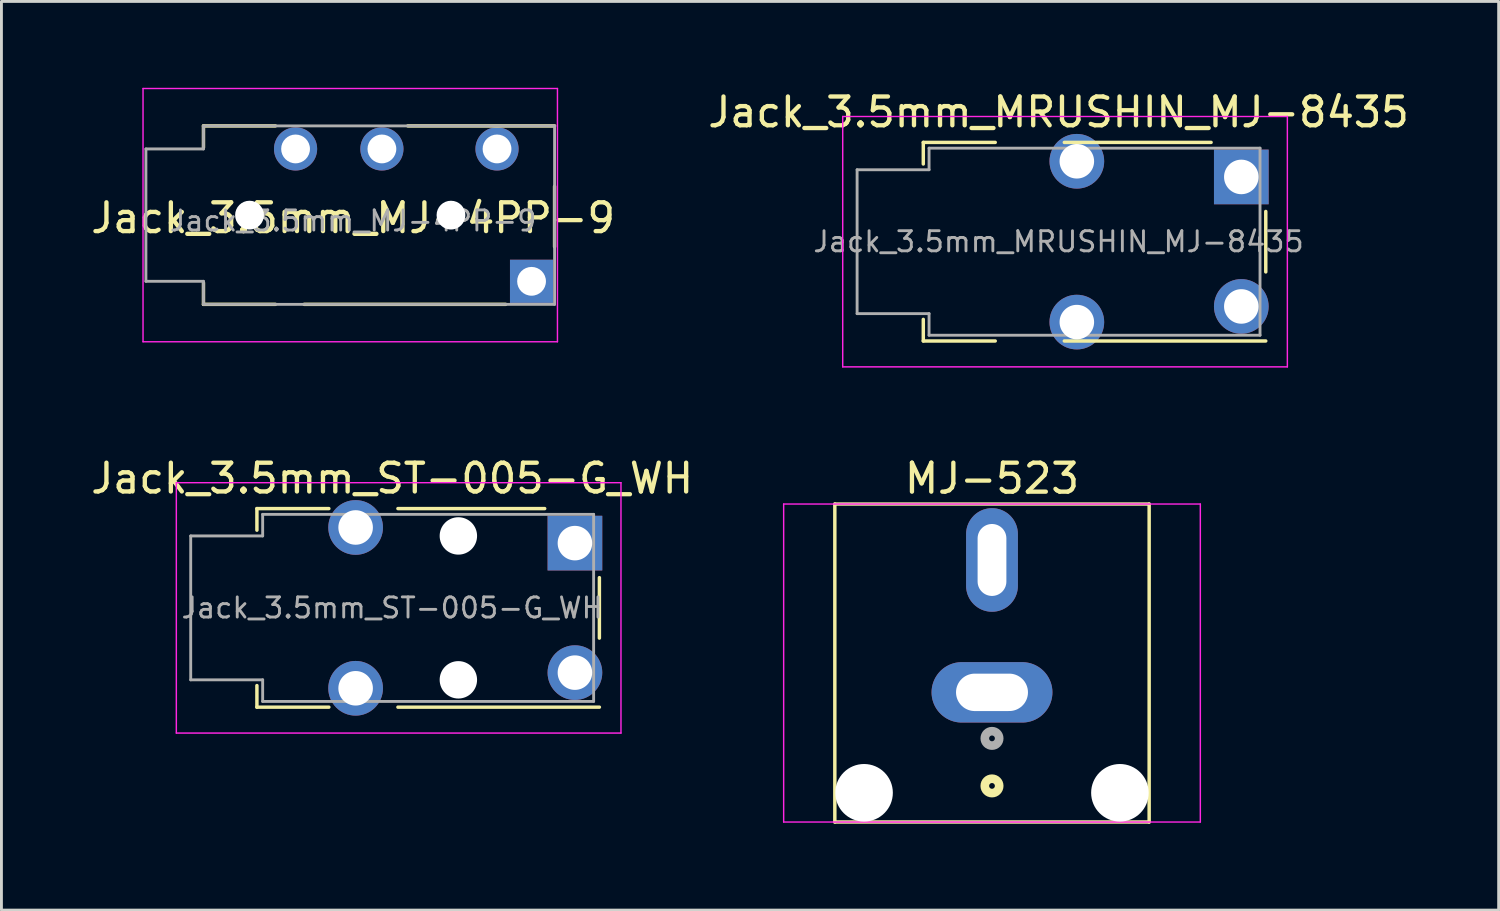
<source format=kicad_pcb>
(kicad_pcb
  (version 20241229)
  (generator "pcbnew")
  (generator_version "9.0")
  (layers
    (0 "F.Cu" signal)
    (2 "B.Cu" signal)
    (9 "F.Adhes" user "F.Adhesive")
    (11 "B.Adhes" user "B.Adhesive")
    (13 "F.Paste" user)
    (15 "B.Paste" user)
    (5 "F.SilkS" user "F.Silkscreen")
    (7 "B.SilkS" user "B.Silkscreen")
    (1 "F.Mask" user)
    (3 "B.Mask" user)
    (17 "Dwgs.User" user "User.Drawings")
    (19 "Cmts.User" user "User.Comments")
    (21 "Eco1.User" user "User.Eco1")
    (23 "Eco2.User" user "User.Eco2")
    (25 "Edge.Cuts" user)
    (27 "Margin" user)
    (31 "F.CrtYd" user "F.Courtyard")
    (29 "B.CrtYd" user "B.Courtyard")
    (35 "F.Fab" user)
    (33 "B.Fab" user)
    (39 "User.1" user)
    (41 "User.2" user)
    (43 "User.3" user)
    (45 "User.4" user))
  (footprint "MJ-523"
    (layer "F.Cu")
    (at 31.419 15.607)
    (property "Reference" "MJ-523" (at 0 -2.032 0) (layer "F.SilkS") (effects (font (size 1.007 1.007) (thickness 0.15))))
    (attr through_hole)
    (fp_line (start -5.461 -1.143) (end -5.461 9.906) (stroke (width 0.12) (type solid)) (layer "F.SilkS"))
    (fp_line (start -5.461 9.906) (end 5.461 9.906) (stroke (width 0.12) (type solid)) (layer "F.SilkS"))
    (fp_line (start 5.461 -1.143) (end -5.461 -1.143) (stroke (width 0.12) (type solid)) (layer "F.SilkS"))
    (fp_line (start 5.461 9.906) (end 5.461 -1.143) (stroke (width 0.12) (type solid)) (layer "F.SilkS"))
    (fp_circle (center 0 8.651) (end 0.1 8.651) (stroke (width 0.3) (type solid)) (fill no) (layer "F.SilkS"))
    (fp_line (start -7.239 -1.143) (end 7.239 -1.143) (stroke (width 0.05) (type solid)) (layer "F.CrtYd"))
    (fp_line (start -7.239 9.906) (end -7.239 -1.143) (stroke (width 0.05) (type solid)) (layer "F.CrtYd"))
    (fp_line (start 7.239 9.906) (end -7.239 9.906) (stroke (width 0.05) (type solid)) (layer "F.CrtYd"))
    (fp_line (start 7.239 9.906) (end 7.239 -1.143) (stroke (width 0.05) (type solid)) (layer "F.CrtYd"))
    (fp_circle (center 0 7) (end 0.1 7) (stroke (width 0.3) (type solid)) (fill no) (layer "F.Fab"))
    (pad "" np_thru_hole circle (at -4.445 8.89) (size 2 2) (drill 2) (layers "*.Cu" "*.Mask"))
    (pad "" np_thru_hole circle (at 4.445 8.89) (size 2 2) (drill 2) (layers "*.Cu" "*.Mask"))
    (pad "1" thru_hole oval (at 0 0.8) (size 1.8 3.6) (drill oval 1 2.5) (layers "*.Cu" "*.Mask"))
    (pad "2" thru_hole oval (at 0 5.4) (size 4.2 2.1) (drill oval 2.5 1.3) (layers "*.Cu" "*.Mask")))
  (footprint "Jack_3.5mm_MJ-4PP-9"
    (layer "F.Cu")
    (at 9.22 4.425)
    (property "Reference" "Jack_3.5mm_MJ-4PP-9" (at 0 0.1 0) (layer "F.SilkS") (effects (font (size 1 1) (thickness 0.15))))
    (attr through_hole)
    (fp_line (start -5.2 -3.1) (end -2.7 -3.1) (stroke (width 0.12) (type solid)) (layer "F.SilkS"))
    (fp_line (start -5.2 -2.35) (end -5.2 -3.1) (stroke (width 0.12) (type solid)) (layer "F.SilkS"))
    (fp_line (start -5.2 3.1) (end -5.2 2.35) (stroke (width 0.12) (type solid)) (layer "F.SilkS"))
    (fp_line (start -2.7 3.1) (end -5.2 3.1) (stroke (width 0.12) (type solid)) (layer "F.SilkS"))
    (fp_line (start -1.7 3.1) (end 5.3 3.1) (stroke (width 0.12) (type solid)) (layer "F.SilkS"))
    (fp_line (start 1.9 -3.1) (end 7 -3.1) (stroke (width 0.12) (type solid)) (layer "F.SilkS"))
    (fp_line (start 7 -1) (end 7 1.1) (stroke (width 0.12) (type solid)) (layer "F.SilkS"))
    (fp_line (start -7.3 -4.4) (end -7.3 4.4) (stroke (width 0.05) (type solid)) (layer "F.CrtYd"))
    (fp_line (start 7.1 -4.4) (end -7.3 -4.4) (stroke (width 0.05) (type solid)) (layer "F.CrtYd"))
    (fp_line (start 7.1 -4.4) (end 7.1 4.4) (stroke (width 0.05) (type solid)) (layer "F.CrtYd"))
    (fp_line (start 7.1 4.4) (end -7.3 4.4) (stroke (width 0.05) (type solid)) (layer "F.CrtYd"))
    (fp_line (start -7.2 -2.3) (end -7.2 2.3) (stroke (width 0.1) (type solid)) (layer "F.Fab"))
    (fp_line (start -5.2 -2.3) (end -7.2 -2.3) (stroke (width 0.1) (type solid)) (layer "F.Fab"))
    (fp_line (start -5.2 -2.3) (end -5.2 -3.1) (stroke (width 0.1) (type solid)) (layer "F.Fab"))
    (fp_line (start -5.2 2.3) (end -7.2 2.3) (stroke (width 0.1) (type solid)) (layer "F.Fab"))
    (fp_line (start -5.2 3.1) (end -5.2 2.3) (stroke (width 0.1) (type solid)) (layer "F.Fab"))
    (fp_line (start 7 -3.1) (end -5.2 -3.1) (stroke (width 0.1) (type solid)) (layer "F.Fab"))
    (fp_line (start 7 -3.1) (end 7 3.1) (stroke (width 0.1) (type solid)) (layer "F.Fab"))
    (fp_line (start 7 3.1) (end -5.2 3.1) (stroke (width 0.1) (type solid)) (layer "F.Fab"))
    (fp_text user "${REFERENCE}" (at 0 0.2 0) (layer "F.Fab") (effects (font (size 0.7 0.7) (thickness 0.1))))
    (pad "" np_thru_hole circle (at -3.6 0) (size 1 1) (drill 1) (layers "*.Cu" "*.Mask"))
    (pad "" np_thru_hole circle (at 3.4 0) (size 1 1) (drill 1) (layers "*.Cu" "*.Mask"))
    (pad "R1" thru_hole circle (at 1 -2.3) (size 1.5 1.5) (drill 1) (layers "*.Cu" "*.Mask"))
    (pad "R2" thru_hole circle (at -2 -2.3) (size 1.5 1.5) (drill 1) (layers "*.Cu" "*.Mask"))
    (pad "S" thru_hole rect (at 6.2 2.3) (size 1.5 1.5) (drill 1) (layers "*.Cu" "*.Mask"))
    (pad "T" thru_hole circle (at 5 -2.3) (size 1.5 1.5) (drill 1) (layers "*.Cu" "*.Mask")))
  (footprint "Jack_3.5mm_ST-005-G_WH"
    (layer "F.Cu")
    (at 10.577 18.072)
    (property "Reference" "Jack_3.5mm_ST-005-G_WH" (at 0 -4.5 0) (layer "F.SilkS") (effects (font (size 1 1) (thickness 0.15))))
    (attr through_hole)
    (fp_line (start -4.7 -3.45) (end -2.2 -3.45) (stroke (width 0.12) (type solid)) (layer "F.SilkS"))
    (fp_line (start -4.7 -2.7) (end -4.7 -3.45) (stroke (width 0.12) (type solid)) (layer "F.SilkS"))
    (fp_line (start -4.7 3.45) (end -4.7 2.7) (stroke (width 0.12) (type solid)) (layer "F.SilkS"))
    (fp_line (start -2.2 3.45) (end -4.7 3.45) (stroke (width 0.12) (type solid)) (layer "F.SilkS"))
    (fp_line (start 0.2 -3.45) (end 5.3 -3.45) (stroke (width 0.12) (type solid)) (layer "F.SilkS"))
    (fp_line (start 0.2 3.45) (end 7.2 3.45) (stroke (width 0.12) (type solid)) (layer "F.SilkS"))
    (fp_line (start 7.2 -1.05) (end 7.2 1.05) (stroke (width 0.12) (type solid)) (layer "F.SilkS"))
    (fp_line (start -7.5 -4.35) (end -7.5 4.35) (stroke (width 0.05) (type solid)) (layer "F.CrtYd"))
    (fp_line (start -7.5 4.35) (end 7.95 4.35) (stroke (width 0.05) (type solid)) (layer "F.CrtYd"))
    (fp_line (start 7.95 -4.35) (end -7.5 -4.35) (stroke (width 0.05) (type solid)) (layer "F.CrtYd"))
    (fp_line (start 7.95 4.35) (end 7.95 -4.35) (stroke (width 0.05) (type solid)) (layer "F.CrtYd"))
    (fp_line (start -7 -2.5) (end -4.5 -2.5) (stroke (width 0.1) (type solid)) (layer "F.Fab"))
    (fp_line (start -7 2.5) (end -7 -2.5) (stroke (width 0.1) (type solid)) (layer "F.Fab"))
    (fp_line (start -4.5 -3.25) (end 7 -3.25) (stroke (width 0.1) (type solid)) (layer "F.Fab"))
    (fp_line (start -4.5 -2.5) (end -4.5 -3.25) (stroke (width 0.1) (type solid)) (layer "F.Fab"))
    (fp_line (start -4.5 2.5) (end -7 2.5) (stroke (width 0.1) (type solid)) (layer "F.Fab"))
    (fp_line (start -4.5 3.25) (end -4.5 2.5) (stroke (width 0.1) (type solid)) (layer "F.Fab"))
    (fp_line (start 7 -3.25) (end 7 3.25) (stroke (width 0.1) (type solid)) (layer "F.Fab"))
    (fp_line (start 7 3.25) (end -4.5 3.25) (stroke (width 0.1) (type solid)) (layer "F.Fab"))
    (fp_text user "${REFERENCE}" (at 0 0 0) (layer "F.Fab") (effects (font (size 0.7 0.7) (thickness 0.1))))
    (pad "" np_thru_hole circle (at 2.3 -2.5) (size 1.3 1.3) (drill 1.3) (layers "*.Cu" "*.Mask"))
    (pad "" np_thru_hole circle (at 2.3 2.5) (size 1.3 1.3) (drill 1.3) (layers "*.Cu" "*.Mask"))
    (pad "R" thru_hole rect (at 6.35 -2.25) (size 1.9 1.9) (drill 1.2) (layers "*.Cu" "*.Mask"))
    (pad "S" thru_hole circle (at 6.35 2.25) (size 1.9 1.9) (drill 1.2) (layers "*.Cu" "*.Mask"))
    (pad "T" thru_hole circle (at -1.27 -2.794) (size 1.9 1.9) (drill 1.2) (layers "*.Cu" "*.Mask"))
    (pad "T" thru_hole circle (at -1.27 2.794) (size 1.9 1.9) (drill 1.2) (layers "*.Cu" "*.Mask")))
  (footprint "Jack_3.5mm_MRUSHIN_MJ-8435"
    (layer "F.Cu")
    (at 33.732 5.348)
    (property "Reference" "Jack_3.5mm_MRUSHIN_MJ-8435" (at 0 -4.5 0) (layer "F.SilkS") (effects (font (size 1 1) (thickness 0.15))))
    (attr through_hole)
    (fp_line (start -4.7 -3.45) (end -2.2 -3.45) (stroke (width 0.12) (type solid)) (layer "F.SilkS"))
    (fp_line (start -4.7 -2.7) (end -4.7 -3.45) (stroke (width 0.12) (type solid)) (layer "F.SilkS"))
    (fp_line (start -4.7 3.45) (end -4.7 2.7) (stroke (width 0.12) (type solid)) (layer "F.SilkS"))
    (fp_line (start -2.2 3.45) (end -4.7 3.45) (stroke (width 0.12) (type solid)) (layer "F.SilkS"))
    (fp_line (start 0.2 -3.45) (end 5.3 -3.45) (stroke (width 0.12) (type solid)) (layer "F.SilkS"))
    (fp_line (start 0.2 3.45) (end 7.2 3.45) (stroke (width 0.12) (type solid)) (layer "F.SilkS"))
    (fp_line (start 7.2 -1.05) (end 7.2 1.05) (stroke (width 0.12) (type solid)) (layer "F.SilkS"))
    (fp_line (start -7.5 -4.35) (end -7.5 4.35) (stroke (width 0.05) (type solid)) (layer "F.CrtYd"))
    (fp_line (start -7.5 4.35) (end 7.95 4.35) (stroke (width 0.05) (type solid)) (layer "F.CrtYd"))
    (fp_line (start 7.95 -4.35) (end -7.5 -4.35) (stroke (width 0.05) (type solid)) (layer "F.CrtYd"))
    (fp_line (start 7.95 4.35) (end 7.95 -4.35) (stroke (width 0.05) (type solid)) (layer "F.CrtYd"))
    (fp_line (start -7 -2.5) (end -4.5 -2.5) (stroke (width 0.1) (type solid)) (layer "F.Fab"))
    (fp_line (start -7 2.5) (end -7 -2.5) (stroke (width 0.1) (type solid)) (layer "F.Fab"))
    (fp_line (start -4.5 -3.25) (end 7 -3.25) (stroke (width 0.1) (type solid)) (layer "F.Fab"))
    (fp_line (start -4.5 -2.5) (end -4.5 -3.25) (stroke (width 0.1) (type solid)) (layer "F.Fab"))
    (fp_line (start -4.5 2.5) (end -7 2.5) (stroke (width 0.1) (type solid)) (layer "F.Fab"))
    (fp_line (start -4.5 3.25) (end -4.5 2.5) (stroke (width 0.1) (type solid)) (layer "F.Fab"))
    (fp_line (start 7 -3.25) (end 7 3.25) (stroke (width 0.1) (type solid)) (layer "F.Fab"))
    (fp_line (start 7 3.25) (end -4.5 3.25) (stroke (width 0.1) (type solid)) (layer "F.Fab"))
    (fp_text user "${REFERENCE}" (at 0 0 0) (layer "F.Fab") (effects (font (size 0.7 0.7) (thickness 0.1))))
    (pad "R" thru_hole rect (at 6.35 -2.25) (size 1.9 1.9) (drill 1.2) (layers "*.Cu" "*.Mask"))
    (pad "S" thru_hole circle (at 6.35 2.25) (size 1.9 1.9) (drill 1.2) (layers "*.Cu" "*.Mask"))
    (pad "T" thru_hole circle (at 0.635 -2.794) (size 1.9 1.9) (drill 1.2) (layers "*.Cu" "*.Mask"))
    (pad "T" thru_hole circle (at 0.635 2.794) (size 1.9 1.9) (drill 1.2) (layers "*.Cu" "*.Mask")))
  (gr_rect
    (start -3 -3)
    (end 49.024 28.573)
    (stroke (width 0.1) (type default))
    (fill no)
    (layer "Edge.Cuts")))
</source>
